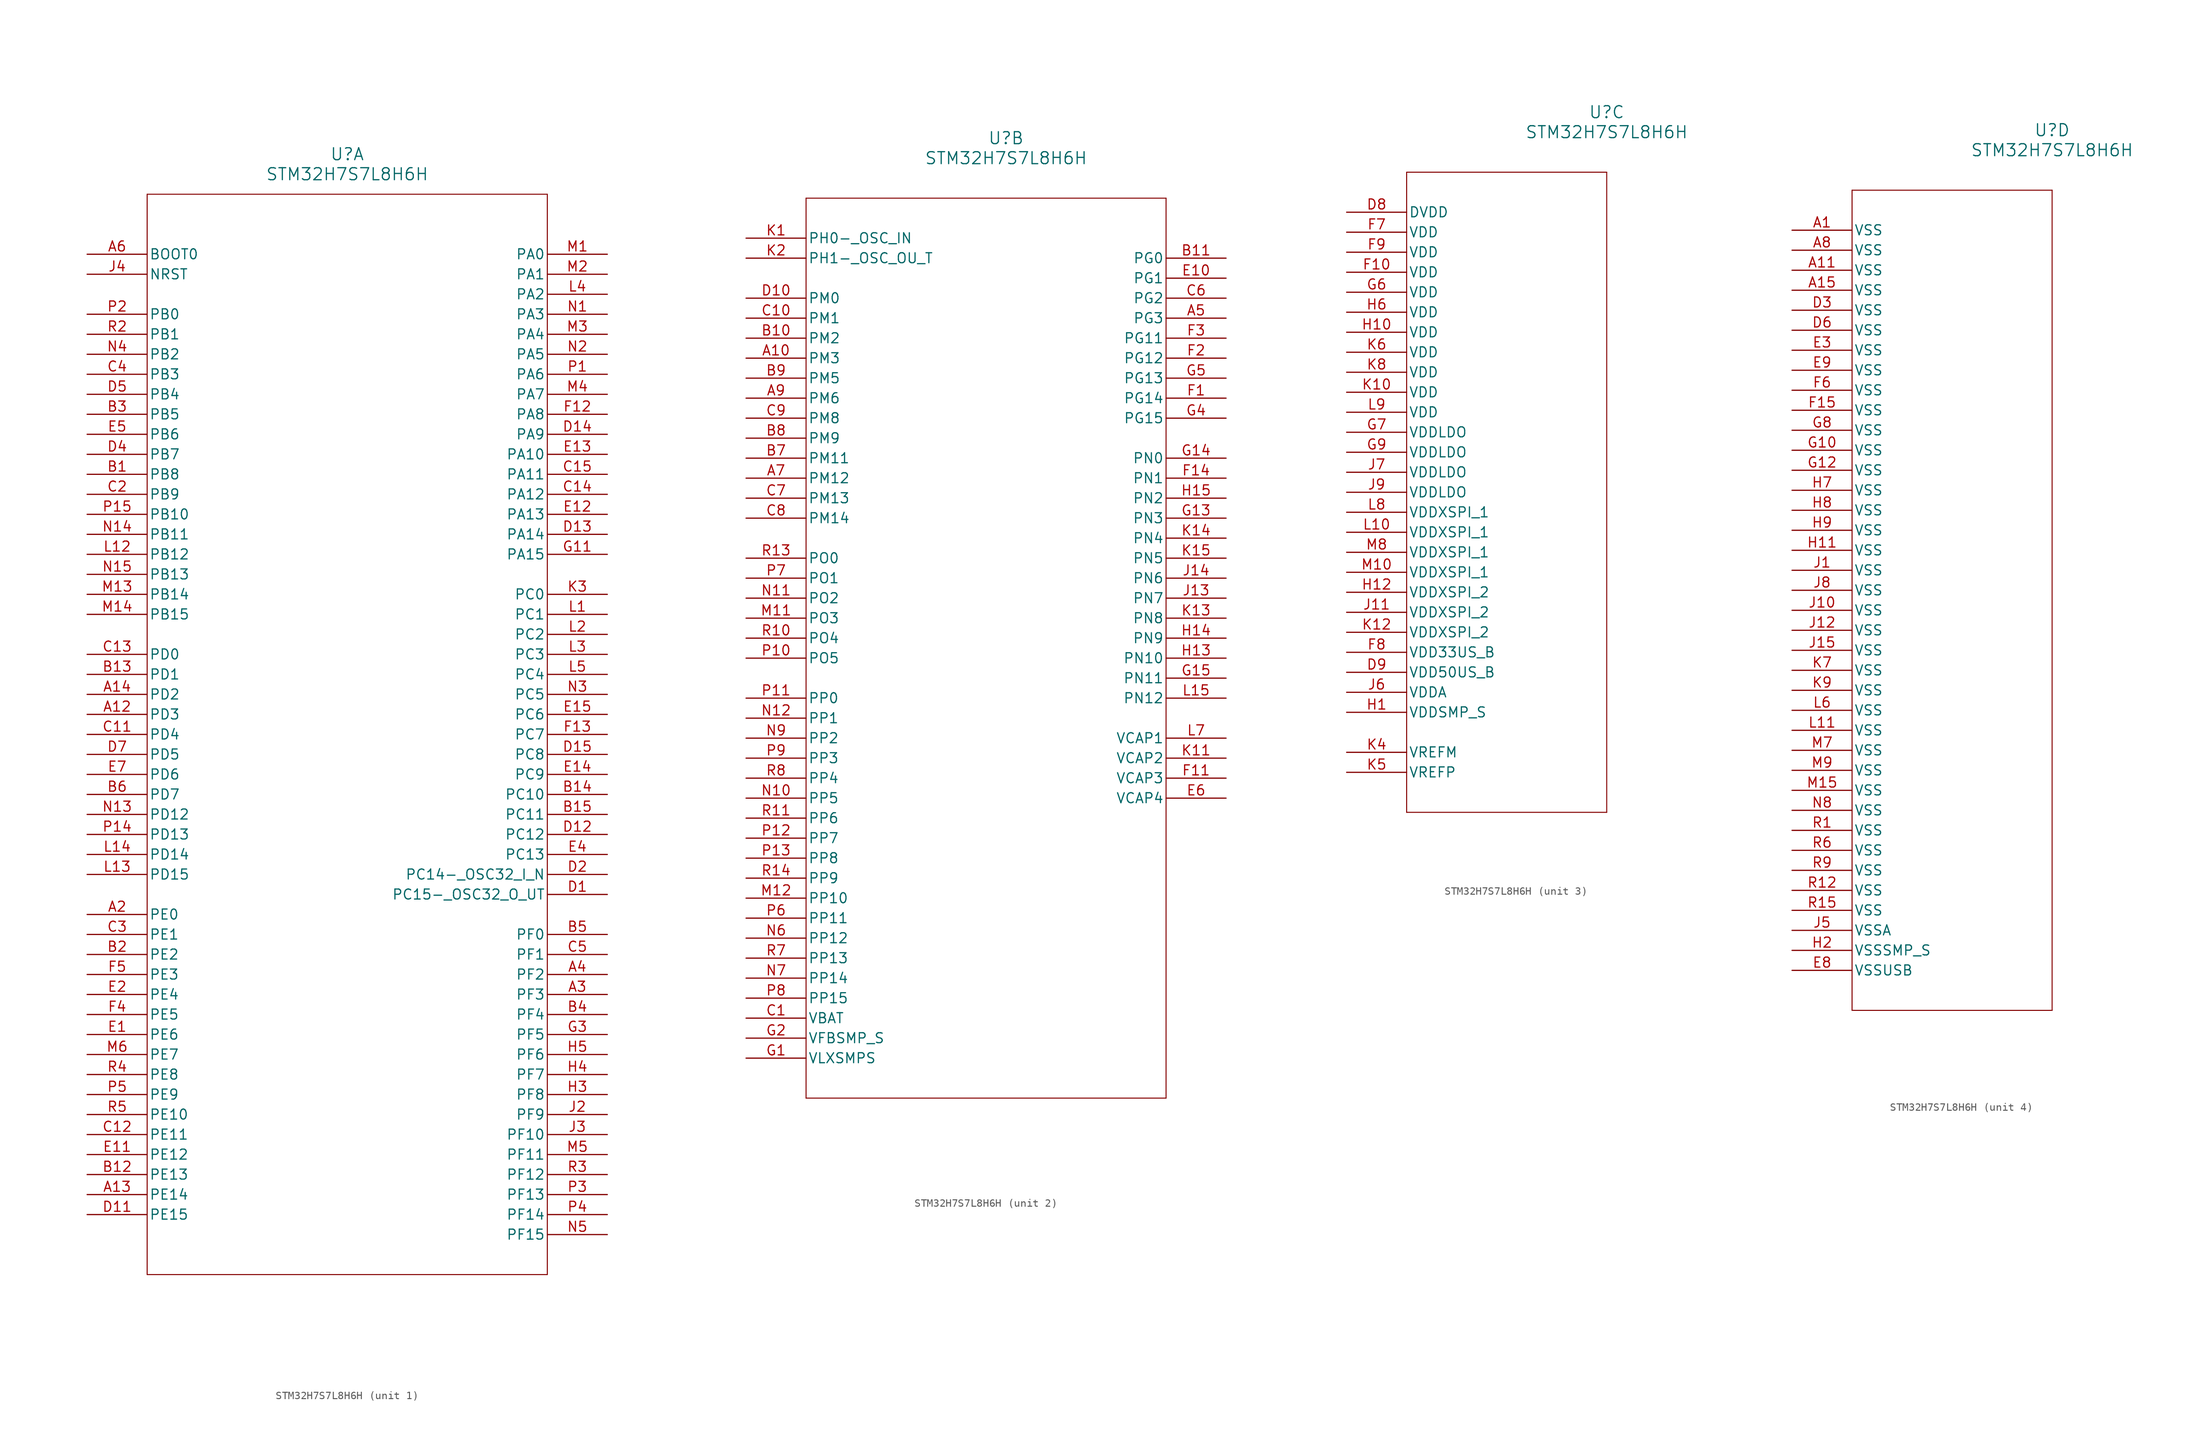
<source format=kicad_sym>
(kicad_symbol_lib
  (version 20211014)
  (generator kicad_symbol_editor)
  (symbol "STM32H7S7L8H6H"
    (pin_names
      (offset 0.254))
    (property "Reference" "U"
      (at 33.02 12.7 0)
      (effects (font (size 1.524 1.524))))
    (property "Value" "STM32H7S7L8H6H"
      (at 33.02 10.16 0)
      (effects (font (size 1.524 1.524))))
    (symbol "STM32H7S7L8H6H_1_1"
      (polyline (pts (xy 7.62 7.62) (xy 7.62 -129.54)) (stroke (width 0.127) (type default) (color 0 0 0 0)) (fill (type none)))
      (polyline (pts (xy 7.62 -129.54) (xy 58.42 -129.54)) (stroke (width 0.127) (type default) (color 0 0 0 0)) (fill (type none)))
      (polyline (pts (xy 58.42 -129.54) (xy 58.42 7.62)) (stroke (width 0.127) (type default) (color 0 0 0 0)) (fill (type none)))
      (polyline (pts (xy 58.42 7.62) (xy 7.62 7.62)) (stroke (width 0.127) (type default) (color 0 0 0 0)) (fill (type none)))
      (pin bidirectional line (at 0 -83.82 0) (length 7.62) (name "PE0" (effects (font (size 1.27 1.27)))) (number "A2" (effects (font (size 1.27 1.27)))))
      (pin bidirectional line (at 66.04 -93.98 180) (length 7.62) (name "PF3" (effects (font (size 1.27 1.27)))) (number "A3" (effects (font (size 1.27 1.27)))))
      (pin bidirectional line (at 66.04 -91.44 180) (length 7.62) (name "PF2" (effects (font (size 1.27 1.27)))) (number "A4" (effects (font (size 1.27 1.27)))))
      (pin unspecified line (at 0 0 0) (length 7.62) (name "BOOT0" (effects (font (size 1.27 1.27)))) (number "A6" (effects (font (size 1.27 1.27)))))
      (pin bidirectional line (at 0 -58.42 0) (length 7.62) (name "PD3" (effects (font (size 1.27 1.27)))) (number "A12" (effects (font (size 1.27 1.27)))))
      (pin bidirectional line (at 0 -119.38 0) (length 7.62) (name "PE14" (effects (font (size 1.27 1.27)))) (number "A13" (effects (font (size 1.27 1.27)))))
      (pin bidirectional line (at 0 -55.88 0) (length 7.62) (name "PD2" (effects (font (size 1.27 1.27)))) (number "A14" (effects (font (size 1.27 1.27)))))
      (pin bidirectional line (at 0 -27.94 0) (length 7.62) (name "PB8" (effects (font (size 1.27 1.27)))) (number "B1" (effects (font (size 1.27 1.27)))))
      (pin bidirectional line (at 0 -88.9 0) (length 7.62) (name "PE2" (effects (font (size 1.27 1.27)))) (number "B2" (effects (font (size 1.27 1.27)))))
      (pin bidirectional line (at 0 -20.32 0) (length 7.62) (name "PB5" (effects (font (size 1.27 1.27)))) (number "B3" (effects (font (size 1.27 1.27)))))
      (pin bidirectional line (at 66.04 -96.52 180) (length 7.62) (name "PF4" (effects (font (size 1.27 1.27)))) (number "B4" (effects (font (size 1.27 1.27)))))
      (pin bidirectional line (at 66.04 -86.36 180) (length 7.62) (name "PF0" (effects (font (size 1.27 1.27)))) (number "B5" (effects (font (size 1.27 1.27)))))
      (pin bidirectional line (at 0 -68.58 0) (length 7.62) (name "PD7" (effects (font (size 1.27 1.27)))) (number "B6" (effects (font (size 1.27 1.27)))))
      (pin bidirectional line (at 0 -116.84 0) (length 7.62) (name "PE13" (effects (font (size 1.27 1.27)))) (number "B12" (effects (font (size 1.27 1.27)))))
      (pin bidirectional line (at 0 -53.34 0) (length 7.62) (name "PD1" (effects (font (size 1.27 1.27)))) (number "B13" (effects (font (size 1.27 1.27)))))
      (pin bidirectional line (at 66.04 -68.58 180) (length 7.62) (name "PC10" (effects (font (size 1.27 1.27)))) (number "B14" (effects (font (size 1.27 1.27)))))
      (pin bidirectional line (at 66.04 -71.12 180) (length 7.62) (name "PC11" (effects (font (size 1.27 1.27)))) (number "B15" (effects (font (size 1.27 1.27)))))
      (pin bidirectional line (at 0 -30.48 0) (length 7.62) (name "PB9" (effects (font (size 1.27 1.27)))) (number "C2" (effects (font (size 1.27 1.27)))))
      (pin bidirectional line (at 0 -86.36 0) (length 7.62) (name "PE1" (effects (font (size 1.27 1.27)))) (number "C3" (effects (font (size 1.27 1.27)))))
      (pin bidirectional line (at 0 -15.24 0) (length 7.62) (name "PB3" (effects (font (size 1.27 1.27)))) (number "C4" (effects (font (size 1.27 1.27)))))
      (pin bidirectional line (at 66.04 -88.9 180) (length 7.62) (name "PF1" (effects (font (size 1.27 1.27)))) (number "C5" (effects (font (size 1.27 1.27)))))
      (pin bidirectional line (at 0 -60.96 0) (length 7.62) (name "PD4" (effects (font (size 1.27 1.27)))) (number "C11" (effects (font (size 1.27 1.27)))))
      (pin bidirectional line (at 0 -111.76 0) (length 7.62) (name "PE11" (effects (font (size 1.27 1.27)))) (number "C12" (effects (font (size 1.27 1.27)))))
      (pin bidirectional line (at 0 -50.8 0) (length 7.62) (name "PD0" (effects (font (size 1.27 1.27)))) (number "C13" (effects (font (size 1.27 1.27)))))
      (pin bidirectional line (at 66.04 -30.48 180) (length 7.62) (name "PA12" (effects (font (size 1.27 1.27)))) (number "C14" (effects (font (size 1.27 1.27)))))
      (pin bidirectional line (at 66.04 -27.94 180) (length 7.62) (name "PA11" (effects (font (size 1.27 1.27)))) (number "C15" (effects (font (size 1.27 1.27)))))
      (pin bidirectional line (at 66.04 -81.28 180) (length 7.62) (name "PC15- OSC32_O UT" (effects (font (size 1.27 1.27)))) (number "D1" (effects (font (size 1.27 1.27)))))
      (pin bidirectional line (at 66.04 -78.74 180) (length 7.62) (name "PC14- OSC32_I N" (effects (font (size 1.27 1.27)))) (number "D2" (effects (font (size 1.27 1.27)))))
      (pin bidirectional line (at 0 -25.4 0) (length 7.62) (name "PB7" (effects (font (size 1.27 1.27)))) (number "D4" (effects (font (size 1.27 1.27)))))
      (pin bidirectional line (at 0 -17.78 0) (length 7.62) (name "PB4" (effects (font (size 1.27 1.27)))) (number "D5" (effects (font (size 1.27 1.27)))))
      (pin bidirectional line (at 0 -63.5 0) (length 7.62) (name "PD5" (effects (font (size 1.27 1.27)))) (number "D7" (effects (font (size 1.27 1.27)))))
      (pin bidirectional line (at 0 -121.92 0) (length 7.62) (name "PE15" (effects (font (size 1.27 1.27)))) (number "D11" (effects (font (size 1.27 1.27)))))
      (pin bidirectional line (at 66.04 -73.66 180) (length 7.62) (name "PC12" (effects (font (size 1.27 1.27)))) (number "D12" (effects (font (size 1.27 1.27)))))
      (pin bidirectional line (at 66.04 -35.56 180) (length 7.62) (name "PA14" (effects (font (size 1.27 1.27)))) (number "D13" (effects (font (size 1.27 1.27)))))
      (pin bidirectional line (at 66.04 -22.86 180) (length 7.62) (name "PA9" (effects (font (size 1.27 1.27)))) (number "D14" (effects (font (size 1.27 1.27)))))
      (pin bidirectional line (at 66.04 -63.5 180) (length 7.62) (name "PC8" (effects (font (size 1.27 1.27)))) (number "D15" (effects (font (size 1.27 1.27)))))
      (pin bidirectional line (at 0 -99.06 0) (length 7.62) (name "PE6" (effects (font (size 1.27 1.27)))) (number "E1" (effects (font (size 1.27 1.27)))))
      (pin bidirectional line (at 0 -93.98 0) (length 7.62) (name "PE4" (effects (font (size 1.27 1.27)))) (number "E2" (effects (font (size 1.27 1.27)))))
      (pin bidirectional line (at 66.04 -76.2 180) (length 7.62) (name "PC13" (effects (font (size 1.27 1.27)))) (number "E4" (effects (font (size 1.27 1.27)))))
      (pin bidirectional line (at 0 -22.86 0) (length 7.62) (name "PB6" (effects (font (size 1.27 1.27)))) (number "E5" (effects (font (size 1.27 1.27)))))
      (pin bidirectional line (at 0 -66.04 0) (length 7.62) (name "PD6" (effects (font (size 1.27 1.27)))) (number "E7" (effects (font (size 1.27 1.27)))))
      (pin bidirectional line (at 0 -114.3 0) (length 7.62) (name "PE12" (effects (font (size 1.27 1.27)))) (number "E11" (effects (font (size 1.27 1.27)))))
      (pin bidirectional line (at 66.04 -33.02 180) (length 7.62) (name "PA13" (effects (font (size 1.27 1.27)))) (number "E12" (effects (font (size 1.27 1.27)))))
      (pin bidirectional line (at 66.04 -25.4 180) (length 7.62) (name "PA10" (effects (font (size 1.27 1.27)))) (number "E13" (effects (font (size 1.27 1.27)))))
      (pin bidirectional line (at 66.04 -66.04 180) (length 7.62) (name "PC9" (effects (font (size 1.27 1.27)))) (number "E14" (effects (font (size 1.27 1.27)))))
      (pin bidirectional line (at 66.04 -58.42 180) (length 7.62) (name "PC6" (effects (font (size 1.27 1.27)))) (number "E15" (effects (font (size 1.27 1.27)))))
      (pin bidirectional line (at 0 -96.52 0) (length 7.62) (name "PE5" (effects (font (size 1.27 1.27)))) (number "F4" (effects (font (size 1.27 1.27)))))
      (pin bidirectional line (at 0 -91.44 0) (length 7.62) (name "PE3" (effects (font (size 1.27 1.27)))) (number "F5" (effects (font (size 1.27 1.27)))))
      (pin bidirectional line (at 66.04 -20.32 180) (length 7.62) (name "PA8" (effects (font (size 1.27 1.27)))) (number "F12" (effects (font (size 1.27 1.27)))))
      (pin bidirectional line (at 66.04 -60.96 180) (length 7.62) (name "PC7" (effects (font (size 1.27 1.27)))) (number "F13" (effects (font (size 1.27 1.27)))))
      (pin bidirectional line (at 66.04 -99.06 180) (length 7.62) (name "PF5" (effects (font (size 1.27 1.27)))) (number "G3" (effects (font (size 1.27 1.27)))))
      (pin bidirectional line (at 66.04 -38.1 180) (length 7.62) (name "PA15" (effects (font (size 1.27 1.27)))) (number "G11" (effects (font (size 1.27 1.27)))))
      (pin bidirectional line (at 66.04 -106.68 180) (length 7.62) (name "PF8" (effects (font (size 1.27 1.27)))) (number "H3" (effects (font (size 1.27 1.27)))))
      (pin bidirectional line (at 66.04 -104.14 180) (length 7.62) (name "PF7" (effects (font (size 1.27 1.27)))) (number "H4" (effects (font (size 1.27 1.27)))))
      (pin bidirectional line (at 66.04 -101.6 180) (length 7.62) (name "PF6" (effects (font (size 1.27 1.27)))) (number "H5" (effects (font (size 1.27 1.27)))))
      (pin bidirectional line (at 66.04 -109.22 180) (length 7.62) (name "PF9" (effects (font (size 1.27 1.27)))) (number "J2" (effects (font (size 1.27 1.27)))))
      (pin bidirectional line (at 66.04 -111.76 180) (length 7.62) (name "PF10" (effects (font (size 1.27 1.27)))) (number "J3" (effects (font (size 1.27 1.27)))))
      (pin unspecified line (at 0 -2.54 0) (length 7.62) (name "NRST" (effects (font (size 1.27 1.27)))) (number "J4" (effects (font (size 1.27 1.27)))))
      (pin bidirectional line (at 66.04 -43.18 180) (length 7.62) (name "PC0" (effects (font (size 1.27 1.27)))) (number "K3" (effects (font (size 1.27 1.27)))))
      (pin bidirectional line (at 66.04 -45.72 180) (length 7.62) (name "PC1" (effects (font (size 1.27 1.27)))) (number "L1" (effects (font (size 1.27 1.27)))))
      (pin bidirectional line (at 66.04 -48.26 180) (length 7.62) (name "PC2" (effects (font (size 1.27 1.27)))) (number "L2" (effects (font (size 1.27 1.27)))))
      (pin bidirectional line (at 66.04 -50.8 180) (length 7.62) (name "PC3" (effects (font (size 1.27 1.27)))) (number "L3" (effects (font (size 1.27 1.27)))))
      (pin bidirectional line (at 66.04 -5.08 180) (length 7.62) (name "PA2" (effects (font (size 1.27 1.27)))) (number "L4" (effects (font (size 1.27 1.27)))))
      (pin bidirectional line (at 66.04 -53.34 180) (length 7.62) (name "PC4" (effects (font (size 1.27 1.27)))) (number "L5" (effects (font (size 1.27 1.27)))))
      (pin bidirectional line (at 0 -38.1 0) (length 7.62) (name "PB12" (effects (font (size 1.27 1.27)))) (number "L12" (effects (font (size 1.27 1.27)))))
      (pin bidirectional line (at 0 -78.74 0) (length 7.62) (name "PD15" (effects (font (size 1.27 1.27)))) (number "L13" (effects (font (size 1.27 1.27)))))
      (pin bidirectional line (at 0 -76.2 0) (length 7.62) (name "PD14" (effects (font (size 1.27 1.27)))) (number "L14" (effects (font (size 1.27 1.27)))))
      (pin bidirectional line (at 66.04 0 180) (length 7.62) (name "PA0" (effects (font (size 1.27 1.27)))) (number "M1" (effects (font (size 1.27 1.27)))))
      (pin bidirectional line (at 66.04 -2.54 180) (length 7.62) (name "PA1" (effects (font (size 1.27 1.27)))) (number "M2" (effects (font (size 1.27 1.27)))))
      (pin bidirectional line (at 66.04 -10.16 180) (length 7.62) (name "PA4" (effects (font (size 1.27 1.27)))) (number "M3" (effects (font (size 1.27 1.27)))))
      (pin bidirectional line (at 66.04 -17.78 180) (length 7.62) (name "PA7" (effects (font (size 1.27 1.27)))) (number "M4" (effects (font (size 1.27 1.27)))))
      (pin bidirectional line (at 66.04 -114.3 180) (length 7.62) (name "PF11" (effects (font (size 1.27 1.27)))) (number "M5" (effects (font (size 1.27 1.27)))))
      (pin bidirectional line (at 0 -101.6 0) (length 7.62) (name "PE7" (effects (font (size 1.27 1.27)))) (number "M6" (effects (font (size 1.27 1.27)))))
      (pin bidirectional line (at 0 -43.18 0) (length 7.62) (name "PB14" (effects (font (size 1.27 1.27)))) (number "M13" (effects (font (size 1.27 1.27)))))
      (pin bidirectional line (at 0 -45.72 0) (length 7.62) (name "PB15" (effects (font (size 1.27 1.27)))) (number "M14" (effects (font (size 1.27 1.27)))))
      (pin bidirectional line (at 66.04 -7.62 180) (length 7.62) (name "PA3" (effects (font (size 1.27 1.27)))) (number "N1" (effects (font (size 1.27 1.27)))))
      (pin bidirectional line (at 66.04 -12.7 180) (length 7.62) (name "PA5" (effects (font (size 1.27 1.27)))) (number "N2" (effects (font (size 1.27 1.27)))))
      (pin bidirectional line (at 66.04 -55.88 180) (length 7.62) (name "PC5" (effects (font (size 1.27 1.27)))) (number "N3" (effects (font (size 1.27 1.27)))))
      (pin bidirectional line (at 0 -12.7 0) (length 7.62) (name "PB2" (effects (font (size 1.27 1.27)))) (number "N4" (effects (font (size 1.27 1.27)))))
      (pin bidirectional line (at 66.04 -124.46 180) (length 7.62) (name "PF15" (effects (font (size 1.27 1.27)))) (number "N5" (effects (font (size 1.27 1.27)))))
      (pin bidirectional line (at 0 -71.12 0) (length 7.62) (name "PD12" (effects (font (size 1.27 1.27)))) (number "N13" (effects (font (size 1.27 1.27)))))
      (pin bidirectional line (at 0 -35.56 0) (length 7.62) (name "PB11" (effects (font (size 1.27 1.27)))) (number "N14" (effects (font (size 1.27 1.27)))))
      (pin bidirectional line (at 0 -40.64 0) (length 7.62) (name "PB13" (effects (font (size 1.27 1.27)))) (number "N15" (effects (font (size 1.27 1.27)))))
      (pin bidirectional line (at 66.04 -15.24 180) (length 7.62) (name "PA6" (effects (font (size 1.27 1.27)))) (number "P1" (effects (font (size 1.27 1.27)))))
      (pin bidirectional line (at 0 -7.62 0) (length 7.62) (name "PB0" (effects (font (size 1.27 1.27)))) (number "P2" (effects (font (size 1.27 1.27)))))
      (pin bidirectional line (at 66.04 -119.38 180) (length 7.62) (name "PF13" (effects (font (size 1.27 1.27)))) (number "P3" (effects (font (size 1.27 1.27)))))
      (pin bidirectional line (at 66.04 -121.92 180) (length 7.62) (name "PF14" (effects (font (size 1.27 1.27)))) (number "P4" (effects (font (size 1.27 1.27)))))
      (pin bidirectional line (at 0 -106.68 0) (length 7.62) (name "PE9" (effects (font (size 1.27 1.27)))) (number "P5" (effects (font (size 1.27 1.27)))))
      (pin bidirectional line (at 0 -73.66 0) (length 7.62) (name "PD13" (effects (font (size 1.27 1.27)))) (number "P14" (effects (font (size 1.27 1.27)))))
      (pin bidirectional line (at 0 -33.02 0) (length 7.62) (name "PB10" (effects (font (size 1.27 1.27)))) (number "P15" (effects (font (size 1.27 1.27)))))
      (pin bidirectional line (at 0 -10.16 0) (length 7.62) (name "PB1" (effects (font (size 1.27 1.27)))) (number "R2" (effects (font (size 1.27 1.27)))))
      (pin bidirectional line (at 66.04 -116.84 180) (length 7.62) (name "PF12" (effects (font (size 1.27 1.27)))) (number "R3" (effects (font (size 1.27 1.27)))))
      (pin bidirectional line (at 0 -104.14 0) (length 7.62) (name "PE8" (effects (font (size 1.27 1.27)))) (number "R4" (effects (font (size 1.27 1.27)))))
      (pin bidirectional line (at 0 -109.22 0) (length 7.62) (name "PE10" (effects (font (size 1.27 1.27)))) (number "R5" (effects (font (size 1.27 1.27))))))
    (symbol "STM32H7S7L8H6H_2_1"
      (polyline (pts (xy 7.62 5.08) (xy 7.62 -109.22)) (stroke (width 0.127) (type default) (color 0 0 0 0)) (fill (type none)))
      (polyline (pts (xy 7.62 -109.22) (xy 53.34 -109.22)) (stroke (width 0.127) (type default) (color 0 0 0 0)) (fill (type none)))
      (polyline (pts (xy 53.34 -109.22) (xy 53.34 5.08)) (stroke (width 0.127) (type default) (color 0 0 0 0)) (fill (type none)))
      (polyline (pts (xy 53.34 5.08) (xy 7.62 5.08)) (stroke (width 0.127) (type default) (color 0 0 0 0)) (fill (type none)))
      (pin bidirectional line (at 60.96 -10.16 180) (length 7.62) (name "PG3" (effects (font (size 1.27 1.27)))) (number "A5" (effects (font (size 1.27 1.27)))))
      (pin bidirectional line (at 0 -30.48 0) (length 7.62) (name "PM12" (effects (font (size 1.27 1.27)))) (number "A7" (effects (font (size 1.27 1.27)))))
      (pin bidirectional line (at 0 -20.32 0) (length 7.62) (name "PM6" (effects (font (size 1.27 1.27)))) (number "A9" (effects (font (size 1.27 1.27)))))
      (pin bidirectional line (at 0 -15.24 0) (length 7.62) (name "PM3" (effects (font (size 1.27 1.27)))) (number "A10" (effects (font (size 1.27 1.27)))))
      (pin bidirectional line (at 0 -27.94 0) (length 7.62) (name "PM11" (effects (font (size 1.27 1.27)))) (number "B7" (effects (font (size 1.27 1.27)))))
      (pin bidirectional line (at 0 -25.4 0) (length 7.62) (name "PM9" (effects (font (size 1.27 1.27)))) (number "B8" (effects (font (size 1.27 1.27)))))
      (pin bidirectional line (at 0 -17.78 0) (length 7.62) (name "PM5" (effects (font (size 1.27 1.27)))) (number "B9" (effects (font (size 1.27 1.27)))))
      (pin bidirectional line (at 0 -12.7 0) (length 7.62) (name "PM2" (effects (font (size 1.27 1.27)))) (number "B10" (effects (font (size 1.27 1.27)))))
      (pin bidirectional line (at 60.96 -2.54 180) (length 7.62) (name "PG0" (effects (font (size 1.27 1.27)))) (number "B11" (effects (font (size 1.27 1.27)))))
      (pin unspecified line (at 0 -99.06 0) (length 7.62) (name "VBAT" (effects (font (size 1.27 1.27)))) (number "C1" (effects (font (size 1.27 1.27)))))
      (pin bidirectional line (at 60.96 -7.62 180) (length 7.62) (name "PG2" (effects (font (size 1.27 1.27)))) (number "C6" (effects (font (size 1.27 1.27)))))
      (pin bidirectional line (at 0 -33.02 0) (length 7.62) (name "PM13" (effects (font (size 1.27 1.27)))) (number "C7" (effects (font (size 1.27 1.27)))))
      (pin bidirectional line (at 0 -35.56 0) (length 7.62) (name "PM14" (effects (font (size 1.27 1.27)))) (number "C8" (effects (font (size 1.27 1.27)))))
      (pin bidirectional line (at 0 -22.86 0) (length 7.62) (name "PM8" (effects (font (size 1.27 1.27)))) (number "C9" (effects (font (size 1.27 1.27)))))
      (pin bidirectional line (at 0 -10.16 0) (length 7.62) (name "PM1" (effects (font (size 1.27 1.27)))) (number "C10" (effects (font (size 1.27 1.27)))))
      (pin bidirectional line (at 0 -7.62 0) (length 7.62) (name "PM0" (effects (font (size 1.27 1.27)))) (number "D10" (effects (font (size 1.27 1.27)))))
      (pin bidirectional line (at 60.96 -71.12 180) (length 7.62) (name "VCAP4" (effects (font (size 1.27 1.27)))) (number "E6" (effects (font (size 1.27 1.27)))))
      (pin bidirectional line (at 60.96 -5.08 180) (length 7.62) (name "PG1" (effects (font (size 1.27 1.27)))) (number "E10" (effects (font (size 1.27 1.27)))))
      (pin bidirectional line (at 60.96 -20.32 180) (length 7.62) (name "PG14" (effects (font (size 1.27 1.27)))) (number "F1" (effects (font (size 1.27 1.27)))))
      (pin bidirectional line (at 60.96 -15.24 180) (length 7.62) (name "PG12" (effects (font (size 1.27 1.27)))) (number "F2" (effects (font (size 1.27 1.27)))))
      (pin bidirectional line (at 60.96 -12.7 180) (length 7.62) (name "PG11" (effects (font (size 1.27 1.27)))) (number "F3" (effects (font (size 1.27 1.27)))))
      (pin bidirectional line (at 60.96 -68.58 180) (length 7.62) (name "VCAP3" (effects (font (size 1.27 1.27)))) (number "F11" (effects (font (size 1.27 1.27)))))
      (pin bidirectional line (at 60.96 -30.48 180) (length 7.62) (name "PN1" (effects (font (size 1.27 1.27)))) (number "F14" (effects (font (size 1.27 1.27)))))
      (pin unspecified line (at 0 -104.14 0) (length 7.62) (name "VLXSMPS" (effects (font (size 1.27 1.27)))) (number "G1" (effects (font (size 1.27 1.27)))))
      (pin unspecified line (at 0 -101.6 0) (length 7.62) (name "VFBSMP S" (effects (font (size 1.27 1.27)))) (number "G2" (effects (font (size 1.27 1.27)))))
      (pin bidirectional line (at 60.96 -22.86 180) (length 7.62) (name "PG15" (effects (font (size 1.27 1.27)))) (number "G4" (effects (font (size 1.27 1.27)))))
      (pin bidirectional line (at 60.96 -17.78 180) (length 7.62) (name "PG13" (effects (font (size 1.27 1.27)))) (number "G5" (effects (font (size 1.27 1.27)))))
      (pin bidirectional line (at 60.96 -35.56 180) (length 7.62) (name "PN3" (effects (font (size 1.27 1.27)))) (number "G13" (effects (font (size 1.27 1.27)))))
      (pin bidirectional line (at 60.96 -27.94 180) (length 7.62) (name "PN0" (effects (font (size 1.27 1.27)))) (number "G14" (effects (font (size 1.27 1.27)))))
      (pin bidirectional line (at 60.96 -55.88 180) (length 7.62) (name "PN11" (effects (font (size 1.27 1.27)))) (number "G15" (effects (font (size 1.27 1.27)))))
      (pin bidirectional line (at 60.96 -53.34 180) (length 7.62) (name "PN10" (effects (font (size 1.27 1.27)))) (number "H13" (effects (font (size 1.27 1.27)))))
      (pin bidirectional line (at 60.96 -50.8 180) (length 7.62) (name "PN9" (effects (font (size 1.27 1.27)))) (number "H14" (effects (font (size 1.27 1.27)))))
      (pin bidirectional line (at 60.96 -33.02 180) (length 7.62) (name "PN2" (effects (font (size 1.27 1.27)))) (number "H15" (effects (font (size 1.27 1.27)))))
      (pin bidirectional line (at 60.96 -45.72 180) (length 7.62) (name "PN7" (effects (font (size 1.27 1.27)))) (number "J13" (effects (font (size 1.27 1.27)))))
      (pin bidirectional line (at 60.96 -43.18 180) (length 7.62) (name "PN6" (effects (font (size 1.27 1.27)))) (number "J14" (effects (font (size 1.27 1.27)))))
      (pin bidirectional line (at 0 0 0) (length 7.62) (name "PH0- OSC_IN" (effects (font (size 1.27 1.27)))) (number "K1" (effects (font (size 1.27 1.27)))))
      (pin bidirectional line (at 0 -2.54 0) (length 7.62) (name "PH1- OSC_OU T" (effects (font (size 1.27 1.27)))) (number "K2" (effects (font (size 1.27 1.27)))))
      (pin bidirectional line (at 60.96 -66.04 180) (length 7.62) (name "VCAP2" (effects (font (size 1.27 1.27)))) (number "K11" (effects (font (size 1.27 1.27)))))
      (pin bidirectional line (at 60.96 -48.26 180) (length 7.62) (name "PN8" (effects (font (size 1.27 1.27)))) (number "K13" (effects (font (size 1.27 1.27)))))
      (pin bidirectional line (at 60.96 -38.1 180) (length 7.62) (name "PN4" (effects (font (size 1.27 1.27)))) (number "K14" (effects (font (size 1.27 1.27)))))
      (pin bidirectional line (at 60.96 -40.64 180) (length 7.62) (name "PN5" (effects (font (size 1.27 1.27)))) (number "K15" (effects (font (size 1.27 1.27)))))
      (pin bidirectional line (at 60.96 -63.5 180) (length 7.62) (name "VCAP1" (effects (font (size 1.27 1.27)))) (number "L7" (effects (font (size 1.27 1.27)))))
      (pin bidirectional line (at 60.96 -58.42 180) (length 7.62) (name "PN12" (effects (font (size 1.27 1.27)))) (number "L15" (effects (font (size 1.27 1.27)))))
      (pin bidirectional line (at 0 -48.26 0) (length 7.62) (name "PO3" (effects (font (size 1.27 1.27)))) (number "M11" (effects (font (size 1.27 1.27)))))
      (pin bidirectional line (at 0 -83.82 0) (length 7.62) (name "PP10" (effects (font (size 1.27 1.27)))) (number "M12" (effects (font (size 1.27 1.27)))))
      (pin bidirectional line (at 0 -88.9 0) (length 7.62) (name "PP12" (effects (font (size 1.27 1.27)))) (number "N6" (effects (font (size 1.27 1.27)))))
      (pin bidirectional line (at 0 -93.98 0) (length 7.62) (name "PP14" (effects (font (size 1.27 1.27)))) (number "N7" (effects (font (size 1.27 1.27)))))
      (pin bidirectional line (at 0 -63.5 0) (length 7.62) (name "PP2" (effects (font (size 1.27 1.27)))) (number "N9" (effects (font (size 1.27 1.27)))))
      (pin bidirectional line (at 0 -71.12 0) (length 7.62) (name "PP5" (effects (font (size 1.27 1.27)))) (number "N10" (effects (font (size 1.27 1.27)))))
      (pin bidirectional line (at 0 -45.72 0) (length 7.62) (name "PO2" (effects (font (size 1.27 1.27)))) (number "N11" (effects (font (size 1.27 1.27)))))
      (pin bidirectional line (at 0 -60.96 0) (length 7.62) (name "PP1" (effects (font (size 1.27 1.27)))) (number "N12" (effects (font (size 1.27 1.27)))))
      (pin bidirectional line (at 0 -86.36 0) (length 7.62) (name "PP11" (effects (font (size 1.27 1.27)))) (number "P6" (effects (font (size 1.27 1.27)))))
      (pin bidirectional line (at 0 -43.18 0) (length 7.62) (name "PO1" (effects (font (size 1.27 1.27)))) (number "P7" (effects (font (size 1.27 1.27)))))
      (pin bidirectional line (at 0 -96.52 0) (length 7.62) (name "PP15" (effects (font (size 1.27 1.27)))) (number "P8" (effects (font (size 1.27 1.27)))))
      (pin bidirectional line (at 0 -66.04 0) (length 7.62) (name "PP3" (effects (font (size 1.27 1.27)))) (number "P9" (effects (font (size 1.27 1.27)))))
      (pin bidirectional line (at 0 -53.34 0) (length 7.62) (name "PO5" (effects (font (size 1.27 1.27)))) (number "P10" (effects (font (size 1.27 1.27)))))
      (pin bidirectional line (at 0 -58.42 0) (length 7.62) (name "PP0" (effects (font (size 1.27 1.27)))) (number "P11" (effects (font (size 1.27 1.27)))))
      (pin bidirectional line (at 0 -76.2 0) (length 7.62) (name "PP7" (effects (font (size 1.27 1.27)))) (number "P12" (effects (font (size 1.27 1.27)))))
      (pin bidirectional line (at 0 -78.74 0) (length 7.62) (name "PP8" (effects (font (size 1.27 1.27)))) (number "P13" (effects (font (size 1.27 1.27)))))
      (pin bidirectional line (at 0 -91.44 0) (length 7.62) (name "PP13" (effects (font (size 1.27 1.27)))) (number "R7" (effects (font (size 1.27 1.27)))))
      (pin bidirectional line (at 0 -68.58 0) (length 7.62) (name "PP4" (effects (font (size 1.27 1.27)))) (number "R8" (effects (font (size 1.27 1.27)))))
      (pin bidirectional line (at 0 -50.8 0) (length 7.62) (name "PO4" (effects (font (size 1.27 1.27)))) (number "R10" (effects (font (size 1.27 1.27)))))
      (pin bidirectional line (at 0 -73.66 0) (length 7.62) (name "PP6" (effects (font (size 1.27 1.27)))) (number "R11" (effects (font (size 1.27 1.27)))))
      (pin bidirectional line (at 0 -40.64 0) (length 7.62) (name "PO0" (effects (font (size 1.27 1.27)))) (number "R13" (effects (font (size 1.27 1.27)))))
      (pin bidirectional line (at 0 -81.28 0) (length 7.62) (name "PP9" (effects (font (size 1.27 1.27)))) (number "R14" (effects (font (size 1.27 1.27))))))
    (symbol "STM32H7S7L8H6H_3_1"
      (polyline (pts (xy 7.62 5.08) (xy 7.62 -76.2)) (stroke (width 0.127) (type default) (color 0 0 0 0)) (fill (type none)))
      (polyline (pts (xy 7.62 -76.2) (xy 33.02 -76.2)) (stroke (width 0.127) (type default) (color 0 0 0 0)) (fill (type none)))
      (polyline (pts (xy 33.02 -76.2) (xy 33.02 5.08)) (stroke (width 0.127) (type default) (color 0 0 0 0)) (fill (type none)))
      (polyline (pts (xy 33.02 5.08) (xy 7.62 5.08)) (stroke (width 0.127) (type default) (color 0 0 0 0)) (fill (type none)))
      (pin power_in line (at 0 0 0) (length 7.62) (name "DVDD" (effects (font (size 1.27 1.27)))) (number "D8" (effects (font (size 1.27 1.27)))))
      (pin power_in line (at 0 -58.42 0) (length 7.62) (name "VDD50US B" (effects (font (size 1.27 1.27)))) (number "D9" (effects (font (size 1.27 1.27)))))
      (pin power_in line (at 0 -2.54 0) (length 7.62) (name "VDD" (effects (font (size 1.27 1.27)))) (number "F7" (effects (font (size 1.27 1.27)))))
      (pin power_in line (at 0 -55.88 0) (length 7.62) (name "VDD33US B" (effects (font (size 1.27 1.27)))) (number "F8" (effects (font (size 1.27 1.27)))))
      (pin power_in line (at 0 -5.08 0) (length 7.62) (name "VDD" (effects (font (size 1.27 1.27)))) (number "F9" (effects (font (size 1.27 1.27)))))
      (pin power_in line (at 0 -7.62 0) (length 7.62) (name "VDD" (effects (font (size 1.27 1.27)))) (number "F10" (effects (font (size 1.27 1.27)))))
      (pin power_in line (at 0 -10.16 0) (length 7.62) (name "VDD" (effects (font (size 1.27 1.27)))) (number "G6" (effects (font (size 1.27 1.27)))))
      (pin power_in line (at 0 -27.94 0) (length 7.62) (name "VDDLDO" (effects (font (size 1.27 1.27)))) (number "G7" (effects (font (size 1.27 1.27)))))
      (pin power_in line (at 0 -30.48 0) (length 7.62) (name "VDDLDO" (effects (font (size 1.27 1.27)))) (number "G9" (effects (font (size 1.27 1.27)))))
      (pin power_in line (at 0 -63.5 0) (length 7.62) (name "VDDSMP S" (effects (font (size 1.27 1.27)))) (number "H1" (effects (font (size 1.27 1.27)))))
      (pin power_in line (at 0 -12.7 0) (length 7.62) (name "VDD" (effects (font (size 1.27 1.27)))) (number "H6" (effects (font (size 1.27 1.27)))))
      (pin power_in line (at 0 -15.24 0) (length 7.62) (name "VDD" (effects (font (size 1.27 1.27)))) (number "H10" (effects (font (size 1.27 1.27)))))
      (pin power_in line (at 0 -48.26 0) (length 7.62) (name "VDDXSPI 2" (effects (font (size 1.27 1.27)))) (number "H12" (effects (font (size 1.27 1.27)))))
      (pin power_in line (at 0 -60.96 0) (length 7.62) (name "VDDA" (effects (font (size 1.27 1.27)))) (number "J6" (effects (font (size 1.27 1.27)))))
      (pin power_in line (at 0 -33.02 0) (length 7.62) (name "VDDLDO" (effects (font (size 1.27 1.27)))) (number "J7" (effects (font (size 1.27 1.27)))))
      (pin power_in line (at 0 -35.56 0) (length 7.62) (name "VDDLDO" (effects (font (size 1.27 1.27)))) (number "J9" (effects (font (size 1.27 1.27)))))
      (pin power_in line (at 0 -50.8 0) (length 7.62) (name "VDDXSPI 2" (effects (font (size 1.27 1.27)))) (number "J11" (effects (font (size 1.27 1.27)))))
      (pin power_in line (at 0 -68.58 0) (length 7.62) (name "VREFM" (effects (font (size 1.27 1.27)))) (number "K4" (effects (font (size 1.27 1.27)))))
      (pin power_in line (at 0 -71.12 0) (length 7.62) (name "VREFP" (effects (font (size 1.27 1.27)))) (number "K5" (effects (font (size 1.27 1.27)))))
      (pin power_in line (at 0 -17.78 0) (length 7.62) (name "VDD" (effects (font (size 1.27 1.27)))) (number "K6" (effects (font (size 1.27 1.27)))))
      (pin power_in line (at 0 -20.32 0) (length 7.62) (name "VDD" (effects (font (size 1.27 1.27)))) (number "K8" (effects (font (size 1.27 1.27)))))
      (pin power_in line (at 0 -22.86 0) (length 7.62) (name "VDD" (effects (font (size 1.27 1.27)))) (number "K10" (effects (font (size 1.27 1.27)))))
      (pin power_in line (at 0 -53.34 0) (length 7.62) (name "VDDXSPI 2" (effects (font (size 1.27 1.27)))) (number "K12" (effects (font (size 1.27 1.27)))))
      (pin power_in line (at 0 -38.1 0) (length 7.62) (name "VDDXSPI 1" (effects (font (size 1.27 1.27)))) (number "L8" (effects (font (size 1.27 1.27)))))
      (pin power_in line (at 0 -25.4 0) (length 7.62) (name "VDD" (effects (font (size 1.27 1.27)))) (number "L9" (effects (font (size 1.27 1.27)))))
      (pin power_in line (at 0 -40.64 0) (length 7.62) (name "VDDXSPI 1" (effects (font (size 1.27 1.27)))) (number "L10" (effects (font (size 1.27 1.27)))))
      (pin power_in line (at 0 -43.18 0) (length 7.62) (name "VDDXSPI 1" (effects (font (size 1.27 1.27)))) (number "M8" (effects (font (size 1.27 1.27)))))
      (pin power_in line (at 0 -45.72 0) (length 7.62) (name "VDDXSPI 1" (effects (font (size 1.27 1.27)))) (number "M10" (effects (font (size 1.27 1.27))))))
    (symbol "STM32H7S7L8H6H_4_1"
      (polyline (pts (xy 7.62 5.08) (xy 7.62 -99.06)) (stroke (width 0.127) (type default) (color 0 0 0 0)) (fill (type none)))
      (polyline (pts (xy 7.62 -99.06) (xy 33.02 -99.06)) (stroke (width 0.127) (type default) (color 0 0 0 0)) (fill (type none)))
      (polyline (pts (xy 33.02 -99.06) (xy 33.02 5.08)) (stroke (width 0.127) (type default) (color 0 0 0 0)) (fill (type none)))
      (polyline (pts (xy 33.02 5.08) (xy 7.62 5.08)) (stroke (width 0.127) (type default) (color 0 0 0 0)) (fill (type none)))
      (pin power_out line (at 0 0 0) (length 7.62) (name "VSS" (effects (font (size 1.27 1.27)))) (number "A1" (effects (font (size 1.27 1.27)))))
      (pin power_out line (at 0 -2.54 0) (length 7.62) (name "VSS" (effects (font (size 1.27 1.27)))) (number "A8" (effects (font (size 1.27 1.27)))))
      (pin power_out line (at 0 -5.08 0) (length 7.62) (name "VSS" (effects (font (size 1.27 1.27)))) (number "A11" (effects (font (size 1.27 1.27)))))
      (pin power_out line (at 0 -7.62 0) (length 7.62) (name "VSS" (effects (font (size 1.27 1.27)))) (number "A15" (effects (font (size 1.27 1.27)))))
      (pin power_out line (at 0 -10.16 0) (length 7.62) (name "VSS" (effects (font (size 1.27 1.27)))) (number "D3" (effects (font (size 1.27 1.27)))))
      (pin power_out line (at 0 -12.7 0) (length 7.62) (name "VSS" (effects (font (size 1.27 1.27)))) (number "D6" (effects (font (size 1.27 1.27)))))
      (pin power_out line (at 0 -15.24 0) (length 7.62) (name "VSS" (effects (font (size 1.27 1.27)))) (number "E3" (effects (font (size 1.27 1.27)))))
      (pin power_out line (at 0 -93.98 0) (length 7.62) (name "VSSUSB" (effects (font (size 1.27 1.27)))) (number "E8" (effects (font (size 1.27 1.27)))))
      (pin power_out line (at 0 -17.78 0) (length 7.62) (name "VSS" (effects (font (size 1.27 1.27)))) (number "E9" (effects (font (size 1.27 1.27)))))
      (pin power_out line (at 0 -20.32 0) (length 7.62) (name "VSS" (effects (font (size 1.27 1.27)))) (number "F6" (effects (font (size 1.27 1.27)))))
      (pin power_out line (at 0 -22.86 0) (length 7.62) (name "VSS" (effects (font (size 1.27 1.27)))) (number "F15" (effects (font (size 1.27 1.27)))))
      (pin power_out line (at 0 -25.4 0) (length 7.62) (name "VSS" (effects (font (size 1.27 1.27)))) (number "G8" (effects (font (size 1.27 1.27)))))
      (pin power_out line (at 0 -27.94 0) (length 7.62) (name "VSS" (effects (font (size 1.27 1.27)))) (number "G10" (effects (font (size 1.27 1.27)))))
      (pin power_out line (at 0 -30.48 0) (length 7.62) (name "VSS" (effects (font (size 1.27 1.27)))) (number "G12" (effects (font (size 1.27 1.27)))))
      (pin power_out line (at 0 -91.44 0) (length 7.62) (name "VSSSMP S" (effects (font (size 1.27 1.27)))) (number "H2" (effects (font (size 1.27 1.27)))))
      (pin power_out line (at 0 -33.02 0) (length 7.62) (name "VSS" (effects (font (size 1.27 1.27)))) (number "H7" (effects (font (size 1.27 1.27)))))
      (pin power_out line (at 0 -35.56 0) (length 7.62) (name "VSS" (effects (font (size 1.27 1.27)))) (number "H8" (effects (font (size 1.27 1.27)))))
      (pin power_out line (at 0 -38.1 0) (length 7.62) (name "VSS" (effects (font (size 1.27 1.27)))) (number "H9" (effects (font (size 1.27 1.27)))))
      (pin power_out line (at 0 -40.64 0) (length 7.62) (name "VSS" (effects (font (size 1.27 1.27)))) (number "H11" (effects (font (size 1.27 1.27)))))
      (pin power_out line (at 0 -43.18 0) (length 7.62) (name "VSS" (effects (font (size 1.27 1.27)))) (number "J1" (effects (font (size 1.27 1.27)))))
      (pin power_out line (at 0 -88.9 0) (length 7.62) (name "VSSA" (effects (font (size 1.27 1.27)))) (number "J5" (effects (font (size 1.27 1.27)))))
      (pin power_out line (at 0 -45.72 0) (length 7.62) (name "VSS" (effects (font (size 1.27 1.27)))) (number "J8" (effects (font (size 1.27 1.27)))))
      (pin power_out line (at 0 -48.26 0) (length 7.62) (name "VSS" (effects (font (size 1.27 1.27)))) (number "J10" (effects (font (size 1.27 1.27)))))
      (pin power_out line (at 0 -50.8 0) (length 7.62) (name "VSS" (effects (font (size 1.27 1.27)))) (number "J12" (effects (font (size 1.27 1.27)))))
      (pin power_out line (at 0 -53.34 0) (length 7.62) (name "VSS" (effects (font (size 1.27 1.27)))) (number "J15" (effects (font (size 1.27 1.27)))))
      (pin power_out line (at 0 -55.88 0) (length 7.62) (name "VSS" (effects (font (size 1.27 1.27)))) (number "K7" (effects (font (size 1.27 1.27)))))
      (pin power_out line (at 0 -58.42 0) (length 7.62) (name "VSS" (effects (font (size 1.27 1.27)))) (number "K9" (effects (font (size 1.27 1.27)))))
      (pin power_out line (at 0 -60.96 0) (length 7.62) (name "VSS" (effects (font (size 1.27 1.27)))) (number "L6" (effects (font (size 1.27 1.27)))))
      (pin power_out line (at 0 -63.5 0) (length 7.62) (name "VSS" (effects (font (size 1.27 1.27)))) (number "L11" (effects (font (size 1.27 1.27)))))
      (pin power_out line (at 0 -66.04 0) (length 7.62) (name "VSS" (effects (font (size 1.27 1.27)))) (number "M7" (effects (font (size 1.27 1.27)))))
      (pin power_out line (at 0 -68.58 0) (length 7.62) (name "VSS" (effects (font (size 1.27 1.27)))) (number "M9" (effects (font (size 1.27 1.27)))))
      (pin power_out line (at 0 -71.12 0) (length 7.62) (name "VSS" (effects (font (size 1.27 1.27)))) (number "M15" (effects (font (size 1.27 1.27)))))
      (pin power_out line (at 0 -73.66 0) (length 7.62) (name "VSS" (effects (font (size 1.27 1.27)))) (number "N8" (effects (font (size 1.27 1.27)))))
      (pin power_out line (at 0 -76.2 0) (length 7.62) (name "VSS" (effects (font (size 1.27 1.27)))) (number "R1" (effects (font (size 1.27 1.27)))))
      (pin power_out line (at 0 -78.74 0) (length 7.62) (name "VSS" (effects (font (size 1.27 1.27)))) (number "R6" (effects (font (size 1.27 1.27)))))
      (pin power_out line (at 0 -81.28 0) (length 7.62) (name "VSS" (effects (font (size 1.27 1.27)))) (number "R9" (effects (font (size 1.27 1.27)))))
      (pin power_out line (at 0 -83.82 0) (length 7.62) (name "VSS" (effects (font (size 1.27 1.27)))) (number "R12" (effects (font (size 1.27 1.27)))))
      (pin power_out line (at 0 -86.36 0) (length 7.62) (name "VSS" (effects (font (size 1.27 1.27)))) (number "R15" (effects (font (size 1.27 1.27))))))))
</source>
